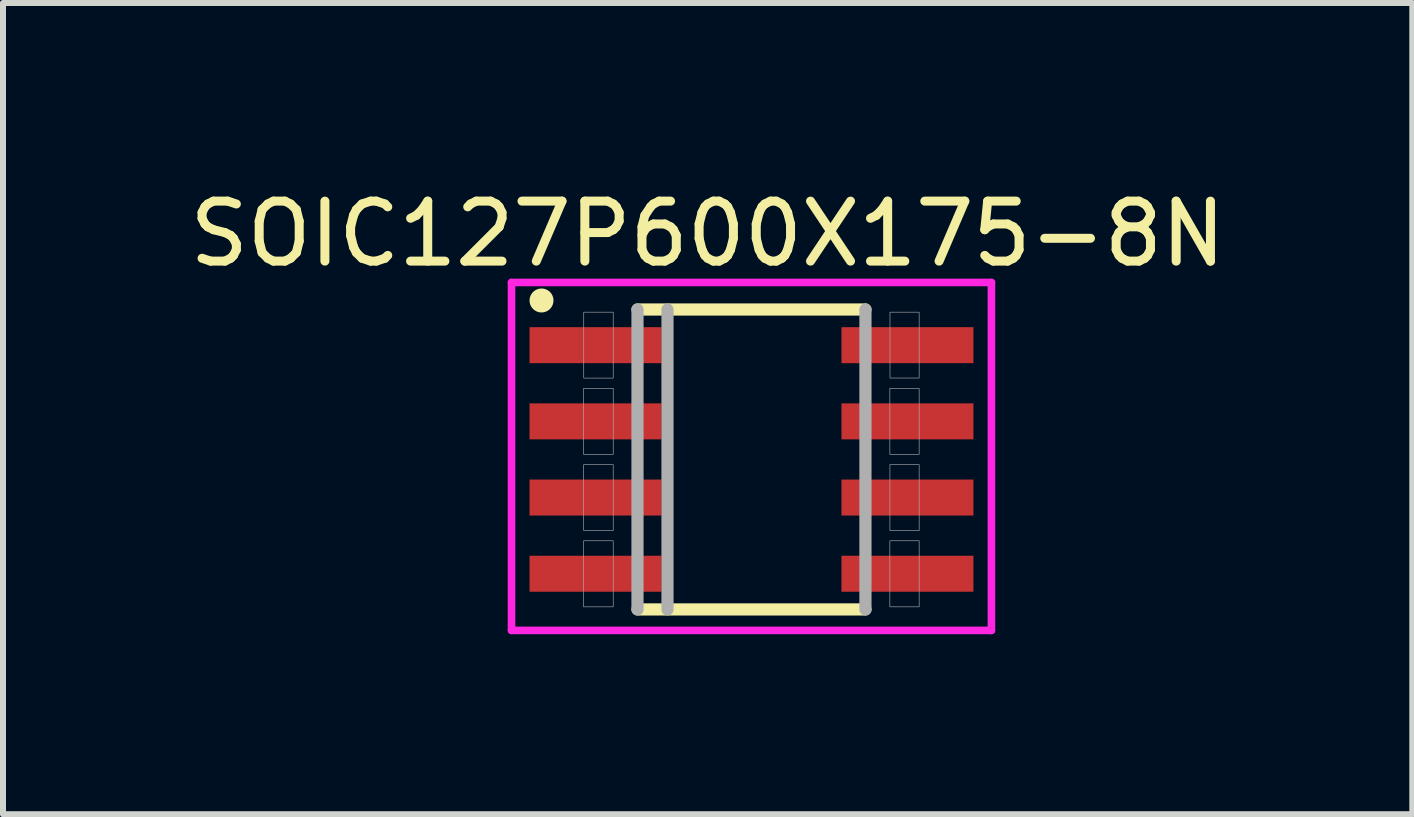
<source format=kicad_pcb>
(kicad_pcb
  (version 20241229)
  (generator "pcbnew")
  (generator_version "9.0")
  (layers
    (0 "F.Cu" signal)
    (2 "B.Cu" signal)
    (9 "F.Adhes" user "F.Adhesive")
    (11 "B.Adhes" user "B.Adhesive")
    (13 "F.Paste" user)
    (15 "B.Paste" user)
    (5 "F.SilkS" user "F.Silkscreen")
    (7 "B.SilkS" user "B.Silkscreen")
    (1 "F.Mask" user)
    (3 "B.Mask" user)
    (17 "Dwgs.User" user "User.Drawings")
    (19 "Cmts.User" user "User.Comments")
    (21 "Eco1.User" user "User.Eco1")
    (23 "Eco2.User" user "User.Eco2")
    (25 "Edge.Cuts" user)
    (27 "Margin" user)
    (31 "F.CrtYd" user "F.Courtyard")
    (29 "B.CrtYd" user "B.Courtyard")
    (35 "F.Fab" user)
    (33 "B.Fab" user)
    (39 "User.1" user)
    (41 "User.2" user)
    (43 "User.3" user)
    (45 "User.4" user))
  (footprint "SOIC127P600X175-8N"
    (layer "F.Cu")
    (at 9.477 4.609)
    (property "Reference" "SOIC127P600X175-8N" (at -0.73 -3.761 0) (layer "F.SilkS") (effects (font (size 1 1) (thickness 0.15))))
    (attr smd)
    (fp_line (start -1.9 -2.5) (end 1.9 -2.5) (stroke (width 0.203) (type solid)) (layer "F.SilkS"))
    (fp_line (start 1.9 2.5) (end -1.9 2.5) (stroke (width 0.203) (type solid)) (layer "F.SilkS"))
    (fp_circle (center -3.5 -2.65) (end -3.3 -2.65) (stroke (width 0) (type solid)) (fill yes) (layer "F.SilkS"))
    (fp_line (start -4 -2.95) (end 4 -2.95) (stroke (width 0.127) (type solid)) (layer "F.CrtYd"))
    (fp_line (start -4 2.85) (end -4 -2.95) (stroke (width 0.127) (type solid)) (layer "F.CrtYd"))
    (fp_line (start 4 -2.95) (end 4 2.85) (stroke (width 0.127) (type solid)) (layer "F.CrtYd"))
    (fp_line (start 4 2.85) (end -4 2.85) (stroke (width 0.127) (type solid)) (layer "F.CrtYd"))
    (fp_line (start -1.9 2.5) (end -1.9 -2.5) (stroke (width 0.203) (type solid)) (layer "F.Fab"))
    (fp_line (start -1.4 2.5) (end -1.4 -2.5) (stroke (width 0.203) (type solid)) (layer "F.Fab"))
    (fp_line (start 1.9 -2.5) (end 1.9 2.5) (stroke (width 0.203) (type solid)) (layer "F.Fab"))
    (fp_poly (pts (xy -2.8 -1.185) (xy -2.305 -1.185) (xy -2.305 -0.085) (xy -2.8 -0.085)) (stroke (width 0.01) (type solid)) (fill no) (layer "F.Fab"))
    (fp_poly (pts (xy -2.798 1.355) (xy -2.305 1.355) (xy -2.305 2.457) (xy -2.798 2.457)) (stroke (width 0.01) (type solid)) (fill no) (layer "F.Fab"))
    (fp_poly (pts (xy -2.797 0.085) (xy -2.305 0.085) (xy -2.305 1.186) (xy -2.797 1.186)) (stroke (width 0.01) (type solid)) (fill no) (layer "F.Fab"))
    (fp_poly (pts (xy -2.796 -2.455) (xy -2.305 -2.455) (xy -2.305 -1.356) (xy -2.796 -1.356)) (stroke (width 0.01) (type solid)) (fill no) (layer "F.Fab"))
    (fp_poly (pts (xy 2.307 1.355) (xy 2.795 1.355) (xy 2.795 2.457) (xy 2.307 2.457)) (stroke (width 0.01) (type solid)) (fill no) (layer "F.Fab"))
    (fp_poly (pts (xy 2.307 -1.185) (xy 2.795 -1.185) (xy 2.795 -0.085) (xy 2.307 -0.085)) (stroke (width 0.01) (type solid)) (fill no) (layer "F.Fab"))
    (fp_poly (pts (xy 2.308 0.085) (xy 2.795 0.085) (xy 2.795 1.187) (xy 2.308 1.187)) (stroke (width 0.01) (type solid)) (fill no) (layer "F.Fab"))
    (fp_poly (pts (xy 2.309 -2.455) (xy 2.795 -2.455) (xy 2.795 -1.357) (xy 2.309 -1.357)) (stroke (width 0.01) (type solid)) (fill no) (layer "F.Fab"))
    (pad "1" smd rect (at -2.6 -1.905 270) (size 0.6 2.2) (layers "F.Cu" "F.Mask" "F.Paste"))
    (pad "2" smd rect (at -2.6 -0.635 270) (size 0.6 2.2) (layers "F.Cu" "F.Mask" "F.Paste"))
    (pad "3" smd rect (at -2.6 0.635 270) (size 0.6 2.2) (layers "F.Cu" "F.Mask" "F.Paste"))
    (pad "4" smd rect (at -2.6 1.905 270) (size 0.6 2.2) (layers "F.Cu" "F.Mask" "F.Paste"))
    (pad "5" smd rect (at 2.6 1.905 270) (size 0.6 2.2) (layers "F.Cu" "F.Mask" "F.Paste"))
    (pad "6" smd rect (at 2.6 0.635 270) (size 0.6 2.2) (layers "F.Cu" "F.Mask" "F.Paste"))
    (pad "7" smd rect (at 2.6 -0.635 270) (size 0.6 2.2) (layers "F.Cu" "F.Mask" "F.Paste"))
    (pad "8" smd rect (at 2.6 -1.905 270) (size 0.6 2.2) (layers "F.Cu" "F.Mask" "F.Paste")))
  (gr_rect
    (start -3 -3)
    (end 20.493 10.523)
    (stroke (width 0.1) (type default))
    (fill no)
    (layer "Edge.Cuts")))
</source>
